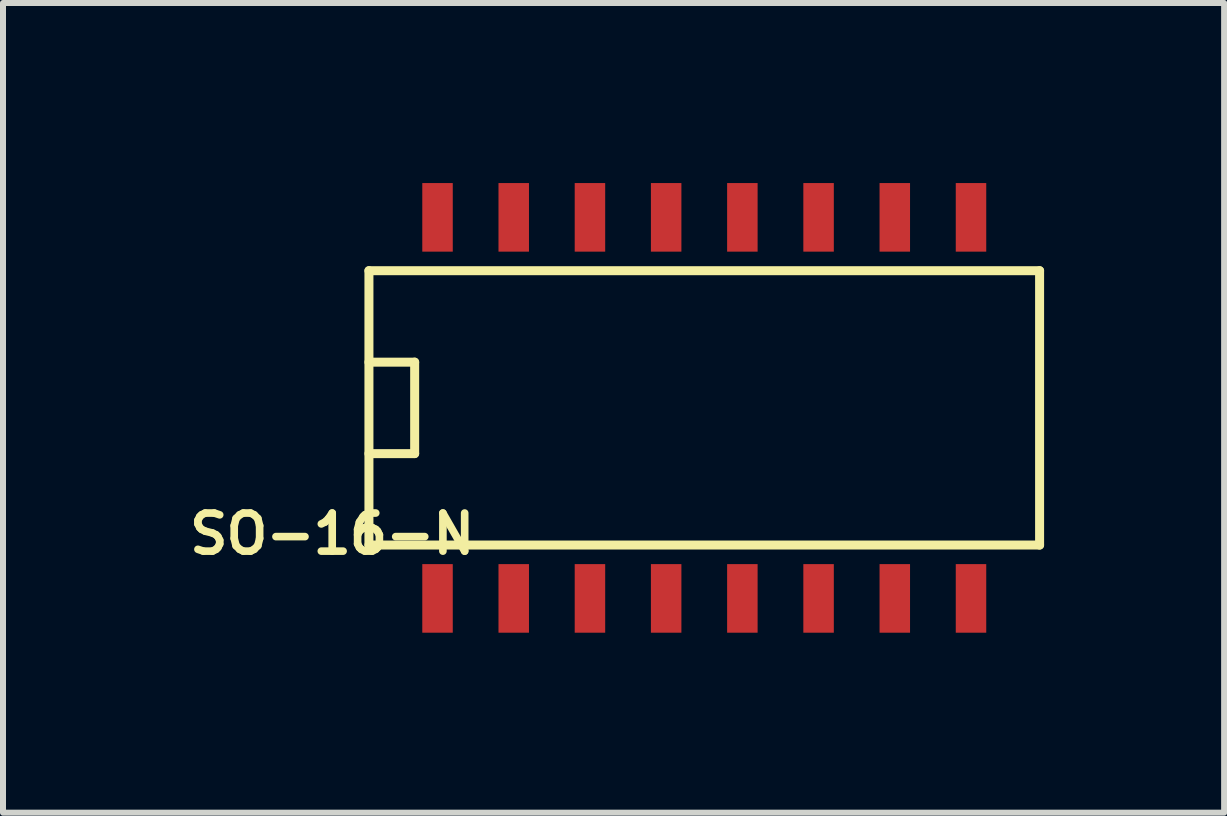
<source format=kicad_pcb>
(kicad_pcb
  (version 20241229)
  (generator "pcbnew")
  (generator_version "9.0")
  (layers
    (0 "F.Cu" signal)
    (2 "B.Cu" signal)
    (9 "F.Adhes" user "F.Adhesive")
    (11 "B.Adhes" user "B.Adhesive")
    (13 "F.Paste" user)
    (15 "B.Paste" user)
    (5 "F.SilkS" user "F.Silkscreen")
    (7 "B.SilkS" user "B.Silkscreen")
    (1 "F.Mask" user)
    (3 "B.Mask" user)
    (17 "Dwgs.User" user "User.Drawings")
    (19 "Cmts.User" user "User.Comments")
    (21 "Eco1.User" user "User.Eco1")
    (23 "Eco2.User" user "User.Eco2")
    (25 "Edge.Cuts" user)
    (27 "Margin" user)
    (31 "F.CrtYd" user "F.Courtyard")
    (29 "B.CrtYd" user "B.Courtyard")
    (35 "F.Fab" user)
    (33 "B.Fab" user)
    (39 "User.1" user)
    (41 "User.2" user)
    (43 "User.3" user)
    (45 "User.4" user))
  (footprint "SO-16-N"
    (layer "F.Cu")
    (at 8.686 3.747)
    (property "Reference" "SO-16-N" (at -6.2 2.1 0) (layer "F.SilkS") (effects (font (size 0.635 0.635) (thickness 0.127))))
    (attr smd)
    (fp_line (start -5.588 -2.286) (end 5.588 -2.286) (stroke (width 0.15) (type solid)) (layer "F.SilkS"))
    (fp_line (start -5.588 -0.762) (end -4.826 -0.762) (stroke (width 0.15) (type solid)) (layer "F.SilkS"))
    (fp_line (start -5.588 2.286) (end -5.588 -2.286) (stroke (width 0.15) (type solid)) (layer "F.SilkS"))
    (fp_line (start -4.826 -0.762) (end -4.826 0.762) (stroke (width 0.15) (type solid)) (layer "F.SilkS"))
    (fp_line (start -4.826 0.762) (end -5.588 0.762) (stroke (width 0.15) (type solid)) (layer "F.SilkS"))
    (fp_line (start 5.588 -2.286) (end 5.588 2.286) (stroke (width 0.15) (type solid)) (layer "F.SilkS"))
    (fp_line (start 5.588 2.286) (end -5.588 2.286) (stroke (width 0.15) (type solid)) (layer "F.SilkS"))
    (pad "1" smd rect (at -4.445 3.175) (size 0.508 1.143) (layers "F.Cu" "F.Mask" "F.Paste"))
    (pad "2" smd rect (at -3.175 3.175) (size 0.508 1.143) (layers "F.Cu" "F.Mask" "F.Paste"))
    (pad "3" smd rect (at -1.905 3.175) (size 0.508 1.143) (layers "F.Cu" "F.Mask" "F.Paste"))
    (pad "4" smd rect (at -0.635 3.175) (size 0.508 1.143) (layers "F.Cu" "F.Mask" "F.Paste"))
    (pad "5" smd rect (at 0.635 3.175) (size 0.508 1.143) (layers "F.Cu" "F.Mask" "F.Paste"))
    (pad "6" smd rect (at 1.905 3.175) (size 0.508 1.143) (layers "F.Cu" "F.Mask" "F.Paste"))
    (pad "7" smd rect (at 3.175 3.175) (size 0.508 1.143) (layers "F.Cu" "F.Mask" "F.Paste"))
    (pad "8" smd rect (at 4.445 3.175) (size 0.508 1.143) (layers "F.Cu" "F.Mask" "F.Paste"))
    (pad "9" smd rect (at 4.445 -3.175) (size 0.508 1.143) (layers "F.Cu" "F.Mask" "F.Paste"))
    (pad "10" smd rect (at 3.175 -3.175) (size 0.508 1.143) (layers "F.Cu" "F.Mask" "F.Paste"))
    (pad "11" smd rect (at 1.905 -3.175) (size 0.508 1.143) (layers "F.Cu" "F.Mask" "F.Paste"))
    (pad "12" smd rect (at 0.635 -3.175) (size 0.508 1.143) (layers "F.Cu" "F.Mask" "F.Paste"))
    (pad "13" smd rect (at -0.635 -3.175) (size 0.508 1.143) (layers "F.Cu" "F.Mask" "F.Paste"))
    (pad "14" smd rect (at -1.905 -3.175) (size 0.508 1.143) (layers "F.Cu" "F.Mask" "F.Paste"))
    (pad "15" smd rect (at -3.175 -3.175) (size 0.508 1.143) (layers "F.Cu" "F.Mask" "F.Paste"))
    (pad "16" smd rect (at -4.445 -3.175) (size 0.508 1.143) (layers "F.Cu" "F.Mask" "F.Paste")))
  (gr_rect
    (start -3 -3)
    (end 17.349 10.493)
    (stroke (width 0.1) (type default))
    (fill no)
    (layer "Edge.Cuts")))
</source>
